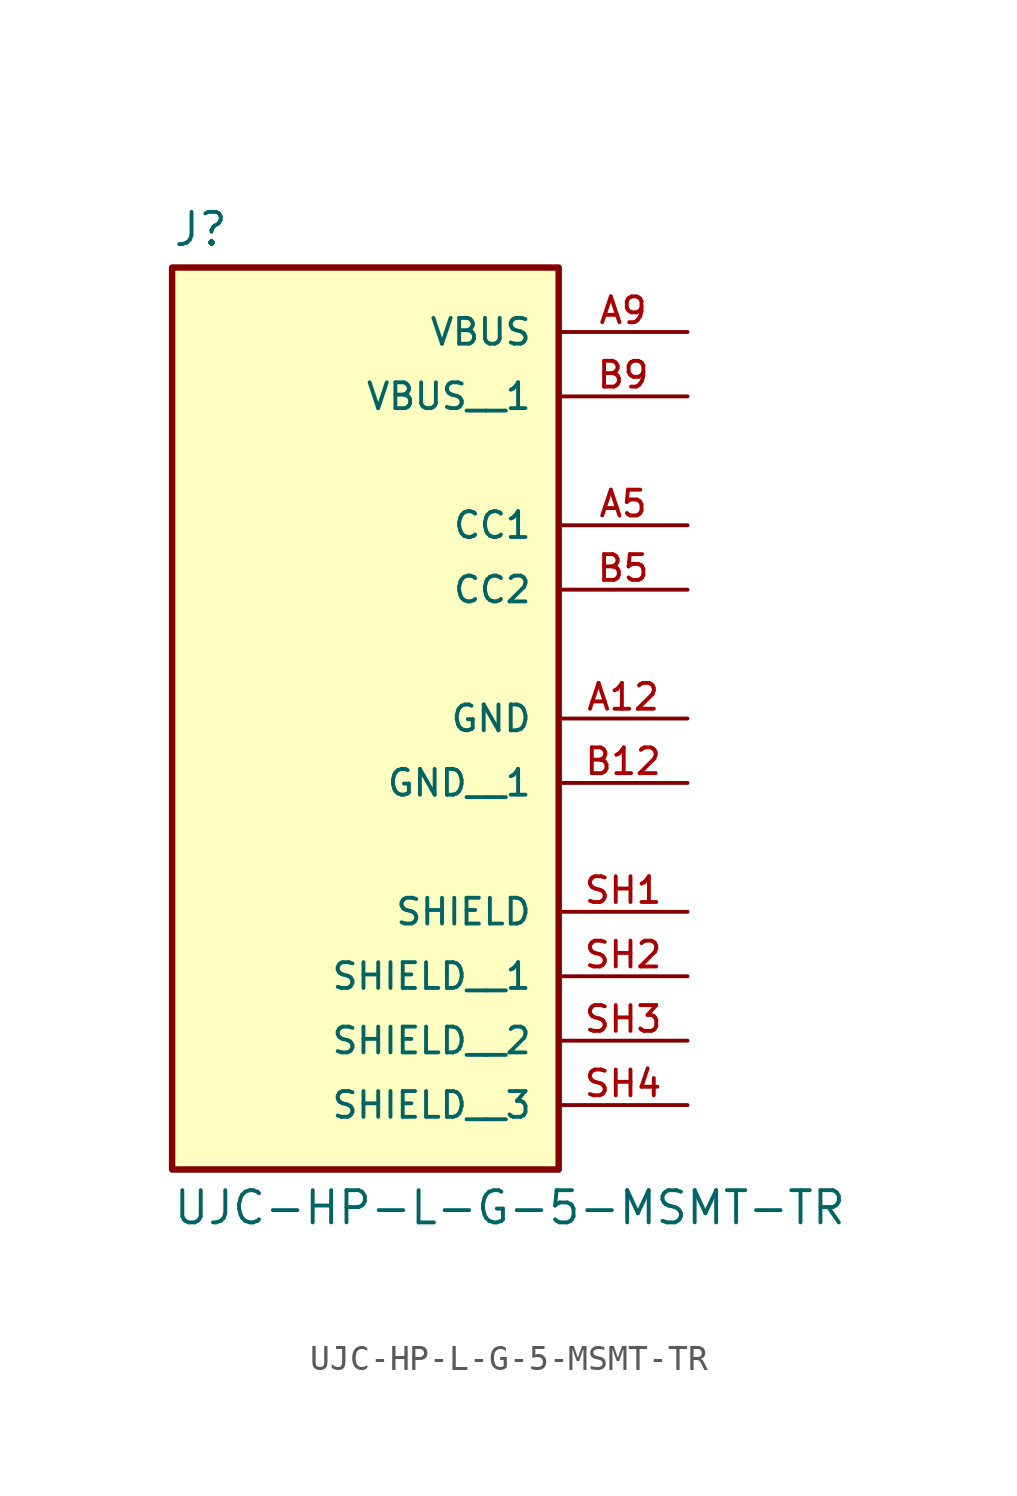
<source format=kicad_sym>
(kicad_symbol_lib
  (version 20211014)
  (generator kicad_symbol_editor)
  (symbol "UJC-HP-L-G-5-MSMT-TR"
    (pin_names
      (offset 1.016))
    (property "Reference" "J"
      (at -7.62 10.922 0)
      (effects (font (size 1.27 1.27)) (justify bottom left)))
    (property "Value" "UJC-HP-L-G-5-MSMT-TR"
      (at -7.62 -26.162 0)
      (effects (font (size 1.27 1.27)) (justify top left)))
    (symbol "UJC-HP-L-G-5-MSMT-TR_0_0"
      (rectangle (start -7.62 -25.4) (end 7.62 10.16) (stroke (width 0.254)) (fill (type background)))
      (pin power_in line (at 12.7 7.62 180.0) (length 5.08) (name "VBUS" (effects (font (size 1.016 1.016)))) (number "A9" (effects (font (size 1.016 1.016)))))
      (pin passive line (at 12.7 -15.24 180.0) (length 5.08) (name "SHIELD" (effects (font (size 1.016 1.016)))) (number "SH1" (effects (font (size 1.016 1.016)))))
      (pin power_in line (at 12.7 -7.62 180.0) (length 5.08) (name "GND" (effects (font (size 1.016 1.016)))) (number "A12" (effects (font (size 1.016 1.016)))))
      (pin passive line (at 12.7 0.0 180.0) (length 5.08) (name "CC1" (effects (font (size 1.016 1.016)))) (number "A5" (effects (font (size 1.016 1.016)))))
      (pin passive line (at 12.7 -2.54 180.0) (length 5.08) (name "CC2" (effects (font (size 1.016 1.016)))) (number "B5" (effects (font (size 1.016 1.016)))))
      (pin power_in line (at 12.7 5.08 180.0) (length 5.08) (name "VBUS__1" (effects (font (size 1.016 1.016)))) (number "B9" (effects (font (size 1.016 1.016)))))
      (pin power_in line (at 12.7 -10.16 180.0) (length 5.08) (name "GND__1" (effects (font (size 1.016 1.016)))) (number "B12" (effects (font (size 1.016 1.016)))))
      (pin passive line (at 12.7 -17.78 180.0) (length 5.08) (name "SHIELD__1" (effects (font (size 1.016 1.016)))) (number "SH2" (effects (font (size 1.016 1.016)))))
      (pin passive line (at 12.7 -20.32 180.0) (length 5.08) (name "SHIELD__2" (effects (font (size 1.016 1.016)))) (number "SH3" (effects (font (size 1.016 1.016)))))
      (pin passive line (at 12.7 -22.86 180.0) (length 5.08) (name "SHIELD__3" (effects (font (size 1.016 1.016)))) (number "SH4" (effects (font (size 1.016 1.016))))))))
</source>
